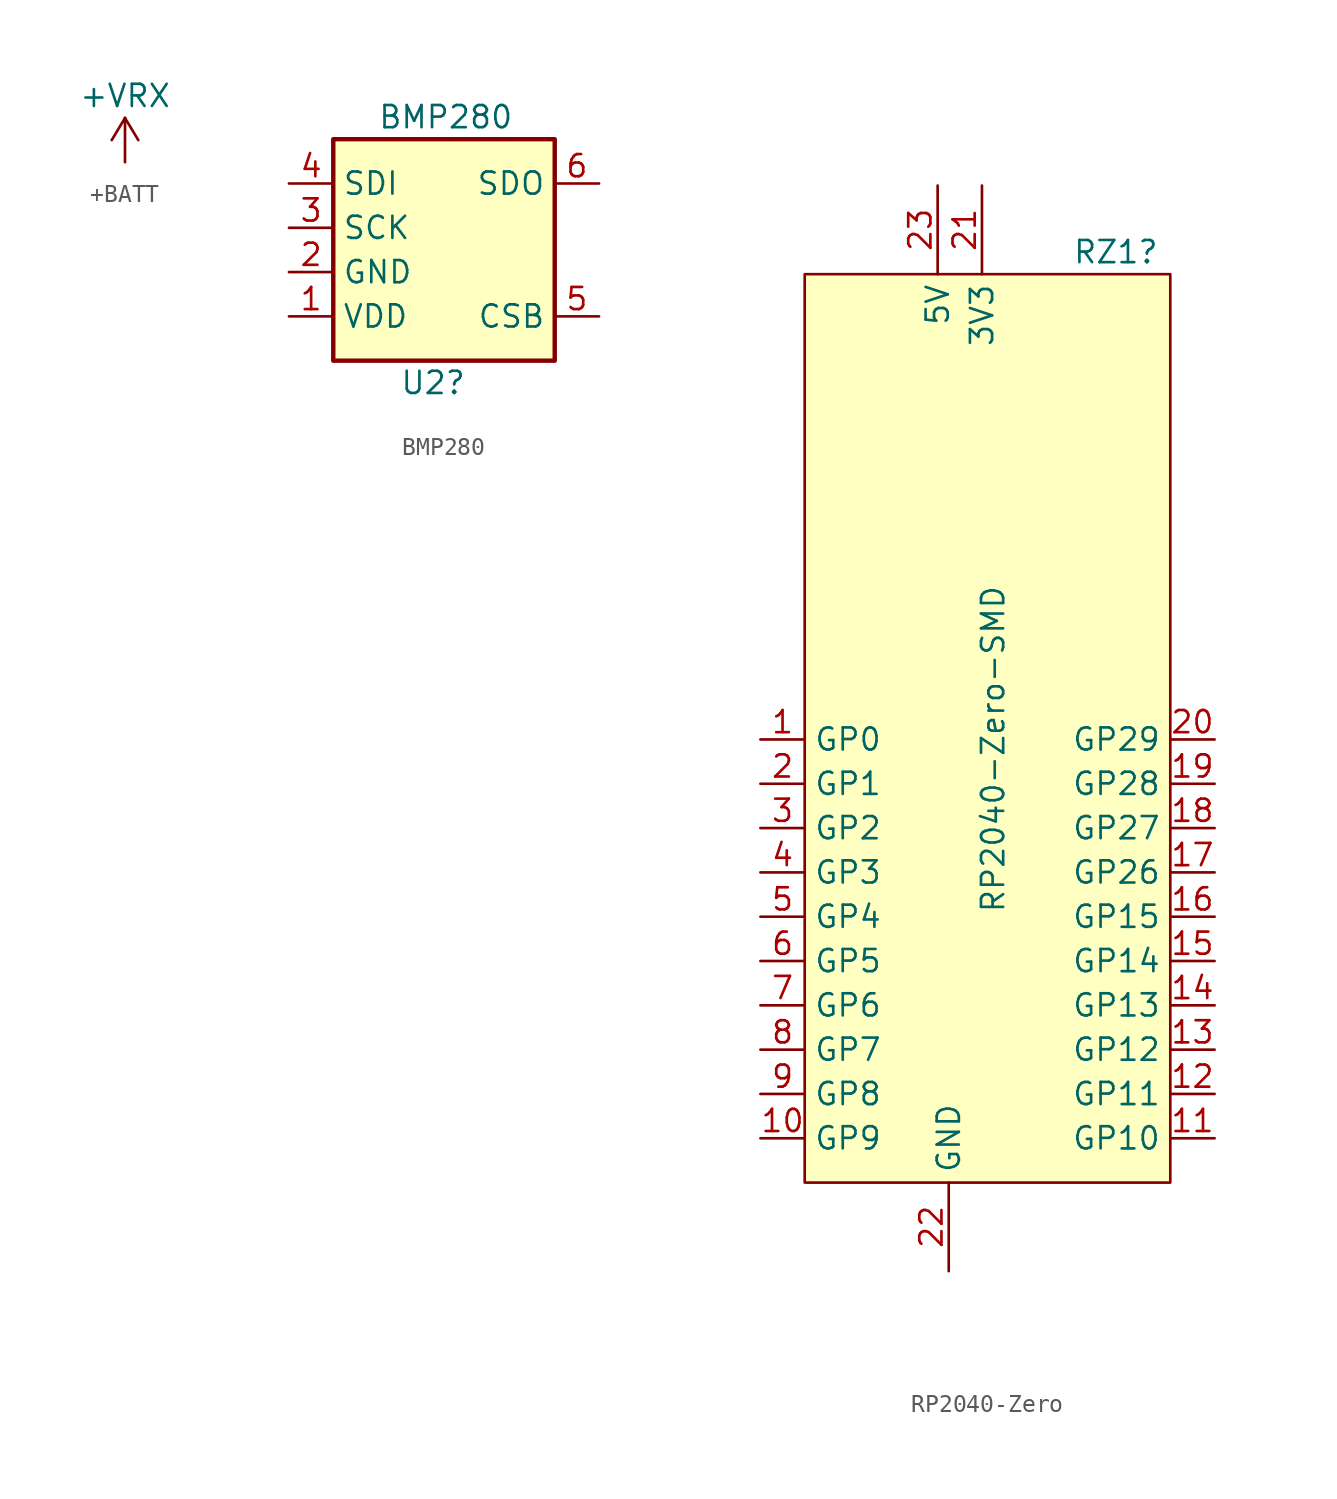
<source format=kicad_sym>
(kicad_symbol_lib
  (version 20220914)
  (generator kicad_symbol_editor)
  (symbol "+BATT"
    (power)
    (pin_names
      (offset 0))
    (property "Reference" "#PWR016"
      (at 0 -3.81 0)
      (effects (font (size 1.27 1.27)) hide))
    (property "Value" "+VRX"
      (at 0 3.81 0)
      (effects (font (size 1.27 1.27))))
    (symbol "+BATT_0_1"
      (polyline (pts (xy -0.762 1.27) (xy 0 2.54)) (stroke (width 0) (type default)) (fill (type none)))
      (polyline (pts (xy 0 0) (xy 0 2.54)) (stroke (width 0) (type default)) (fill (type none)))
      (polyline (pts (xy 0 2.54) (xy 0.762 1.27)) (stroke (width 0) (type default)) (fill (type none))))
    (symbol "+BATT_1_1"
      (pin power_in line (at 0 0 90) (length 0) hide (name "+VRX" (effects (font (size 1.27 1.27)))) (number "1" (effects (font (size 1.27 1.27)))))))
  (symbol "BMP280"
    (property "Reference" "U2"
      (at -3.81 -6.35 0)
      (effects (font (size 1.27 1.27)) (justify left)))
    (property "Value" "BMP280"
      (at -5.08 8.89 0)
      (effects (font (size 1.27 1.27)) (justify left)))
    (symbol "BMP280_0_1"
      (rectangle (start -7.62 -5.08) (end 5.08 7.62) (stroke (width 0.254) (type default)) (fill (type background))))
    (symbol "BMP280_1_1"
      (pin power_in line (at -10.16 -2.54 0) (length 2.54) (name "VDD" (effects (font (size 1.27 1.27)))) (number "1" (effects (font (size 1.27 1.27)))))
      (pin power_in line (at -10.16 0 0) (length 2.54) (name "GND" (effects (font (size 1.27 1.27)))) (number "2" (effects (font (size 1.27 1.27)))))
      (pin input line (at -10.16 2.54 0) (length 2.54) (name "SCK" (effects (font (size 1.27 1.27)))) (number "3" (effects (font (size 1.27 1.27)))))
      (pin bidirectional line (at -10.16 5.08 0) (length 2.54) (name "SDI" (effects (font (size 1.27 1.27)))) (number "4" (effects (font (size 1.27 1.27)))))
      (pin input line (at 7.62 -2.54 180) (length 2.54) (name "CSB" (effects (font (size 1.27 1.27)))) (number "5" (effects (font (size 1.27 1.27)))))
      (pin bidirectional line (at 7.62 5.08 180) (length 2.54) (name "SDO" (effects (font (size 1.27 1.27)))) (number "6" (effects (font (size 1.27 1.27)))))))
  (symbol "RP2040-Zero"
    (property "Reference" "RZ1"
      (at 8.89 38.1 0)
      (effects (font (size 1.27 1.27)) (justify right)))
    (property "Value" "RP2040-Zero-SMD"
      (at -0.635 19.05 90)
      (effects (font (size 1.27 1.27)) (justify right)))
    (symbol "RP2040-Zero_0_1"
      (rectangle (start -11.43 36.83) (end 9.525 -15.24) (stroke (width 0) (type default)) (fill (type background))))
    (symbol "RP2040-Zero_1_1"
      (pin bidirectional line (at -13.97 10.16 0) (length 2.54) (name "GP0" (effects (font (size 1.27 1.27)))) (number "1" (effects (font (size 1.27 1.27)))))
      (pin bidirectional line (at -13.97 -12.7 0) (length 2.54) (name "GP9" (effects (font (size 1.27 1.27)))) (number "10" (effects (font (size 1.27 1.27)))))
      (pin bidirectional line (at 12.065 -12.7 180) (length 2.54) (name "GP10" (effects (font (size 1.27 1.27)))) (number "11" (effects (font (size 1.27 1.27)))))
      (pin bidirectional line (at 12.065 -10.16 180) (length 2.54) (name "GP11" (effects (font (size 1.27 1.27)))) (number "12" (effects (font (size 1.27 1.27)))))
      (pin bidirectional line (at 12.065 -7.62 180) (length 2.54) (name "GP12" (effects (font (size 1.27 1.27)))) (number "13" (effects (font (size 1.27 1.27)))))
      (pin bidirectional line (at 12.065 -5.08 180) (length 2.54) (name "GP13" (effects (font (size 1.27 1.27)))) (number "14" (effects (font (size 1.27 1.27)))))
      (pin bidirectional line (at 12.065 -2.54 180) (length 2.54) (name "GP14" (effects (font (size 1.27 1.27)))) (number "15" (effects (font (size 1.27 1.27)))))
      (pin bidirectional line (at 12.065 0 180) (length 2.54) (name "GP15" (effects (font (size 1.27 1.27)))) (number "16" (effects (font (size 1.27 1.27)))))
      (pin bidirectional line (at 12.065 2.54 180) (length 2.54) (name "GP26" (effects (font (size 1.27 1.27)))) (number "17" (effects (font (size 1.27 1.27)))))
      (pin bidirectional line (at 12.065 5.08 180) (length 2.54) (name "GP27" (effects (font (size 1.27 1.27)))) (number "18" (effects (font (size 1.27 1.27)))))
      (pin bidirectional line (at 12.065 7.62 180) (length 2.54) (name "GP28" (effects (font (size 1.27 1.27)))) (number "19" (effects (font (size 1.27 1.27)))))
      (pin bidirectional line (at -13.97 7.62 0) (length 2.54) (name "GP1" (effects (font (size 1.27 1.27)))) (number "2" (effects (font (size 1.27 1.27)))))
      (pin bidirectional line (at 12.065 10.16 180) (length 2.54) (name "GP29" (effects (font (size 1.27 1.27)))) (number "20" (effects (font (size 1.27 1.27)))))
      (pin power_in line (at -1.27 41.91 270) (length 5.08) (name "3V3" (effects (font (size 1.27 1.27)))) (number "21" (effects (font (size 1.27 1.27)))))
      (pin power_in line (at -3.175 -20.32 90) (length 5.08) (name "GND" (effects (font (size 1.27 1.27)))) (number "22" (effects (font (size 1.27 1.27)))))
      (pin power_in line (at -3.81 41.91 270) (length 5.08) (name "5V" (effects (font (size 1.27 1.27)))) (number "23" (effects (font (size 1.27 1.27)))))
      (pin bidirectional line (at -13.97 5.08 0) (length 2.54) (name "GP2" (effects (font (size 1.27 1.27)))) (number "3" (effects (font (size 1.27 1.27)))))
      (pin bidirectional line (at -13.97 2.54 0) (length 2.54) (name "GP3" (effects (font (size 1.27 1.27)))) (number "4" (effects (font (size 1.27 1.27)))))
      (pin bidirectional line (at -13.97 0 0) (length 2.54) (name "GP4" (effects (font (size 1.27 1.27)))) (number "5" (effects (font (size 1.27 1.27)))))
      (pin bidirectional line (at -13.97 -2.54 0) (length 2.54) (name "GP5" (effects (font (size 1.27 1.27)))) (number "6" (effects (font (size 1.27 1.27)))))
      (pin bidirectional line (at -13.97 -5.08 0) (length 2.54) (name "GP6" (effects (font (size 1.27 1.27)))) (number "7" (effects (font (size 1.27 1.27)))))
      (pin bidirectional line (at -13.97 -7.62 0) (length 2.54) (name "GP7" (effects (font (size 1.27 1.27)))) (number "8" (effects (font (size 1.27 1.27)))))
      (pin bidirectional line (at -13.97 -10.16 0) (length 2.54) (name "GP8" (effects (font (size 1.27 1.27)))) (number "9" (effects (font (size 1.27 1.27))))))))
</source>
